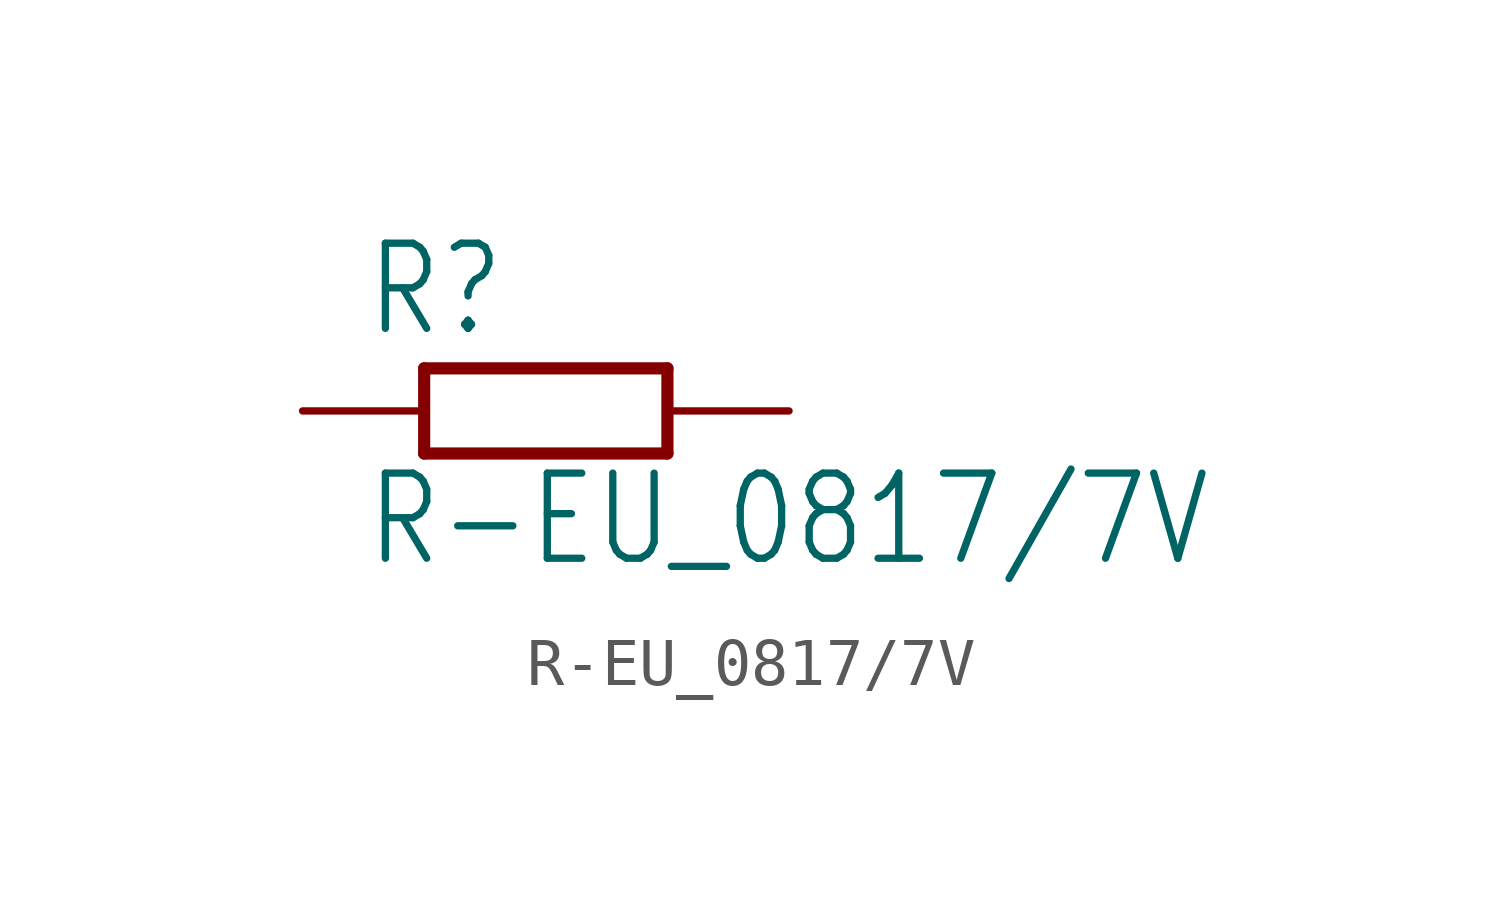
<source format=kicad_sym>
(kicad_symbol_lib
  (version 20231120)
  (generator "kicad_symbol_editor")
  (generator_version "8.0")
  (symbol "R-EU_0817/7V"
    (property "Reference" "R"
      (at -3.81 1.499 0)
      (effects (font (size 1.778 1.511)) (justify left bottom)))
    (property "Value" "R-EU_0817{slash}7V"
      (at -3.81 -3.302 0)
      (effects (font (size 1.778 1.511)) (justify left bottom)))
    (property "ki_locked" ""
      (at 0 0 0)
      (effects (font (size 1.27 1.27))))
    (symbol "R-EU_0817/7V_1_0"
      (polyline (pts (xy -2.54 -0.889) (xy -2.54 0.889)) (stroke (width 0.254) (type default)) (fill (type none)))
      (polyline (pts (xy -2.54 -0.889) (xy 2.54 -0.889)) (stroke (width 0.254) (type default)) (fill (type none)))
      (polyline (pts (xy 2.54 -0.889) (xy 2.54 0.889)) (stroke (width 0.254) (type default)) (fill (type none)))
      (polyline (pts (xy 2.54 0.889) (xy -2.54 0.889)) (stroke (width 0.254) (type default)) (fill (type none)))
      (pin passive line (at -5.08 0 0) (length 2.54) (name "1" (effects (font (size 0 0)))) (number "1" (effects (font (size 0 0)))))
      (pin passive line (at 5.08 0 180) (length 2.54) (name "2" (effects (font (size 0 0)))) (number "2" (effects (font (size 0 0))))))))
</source>
